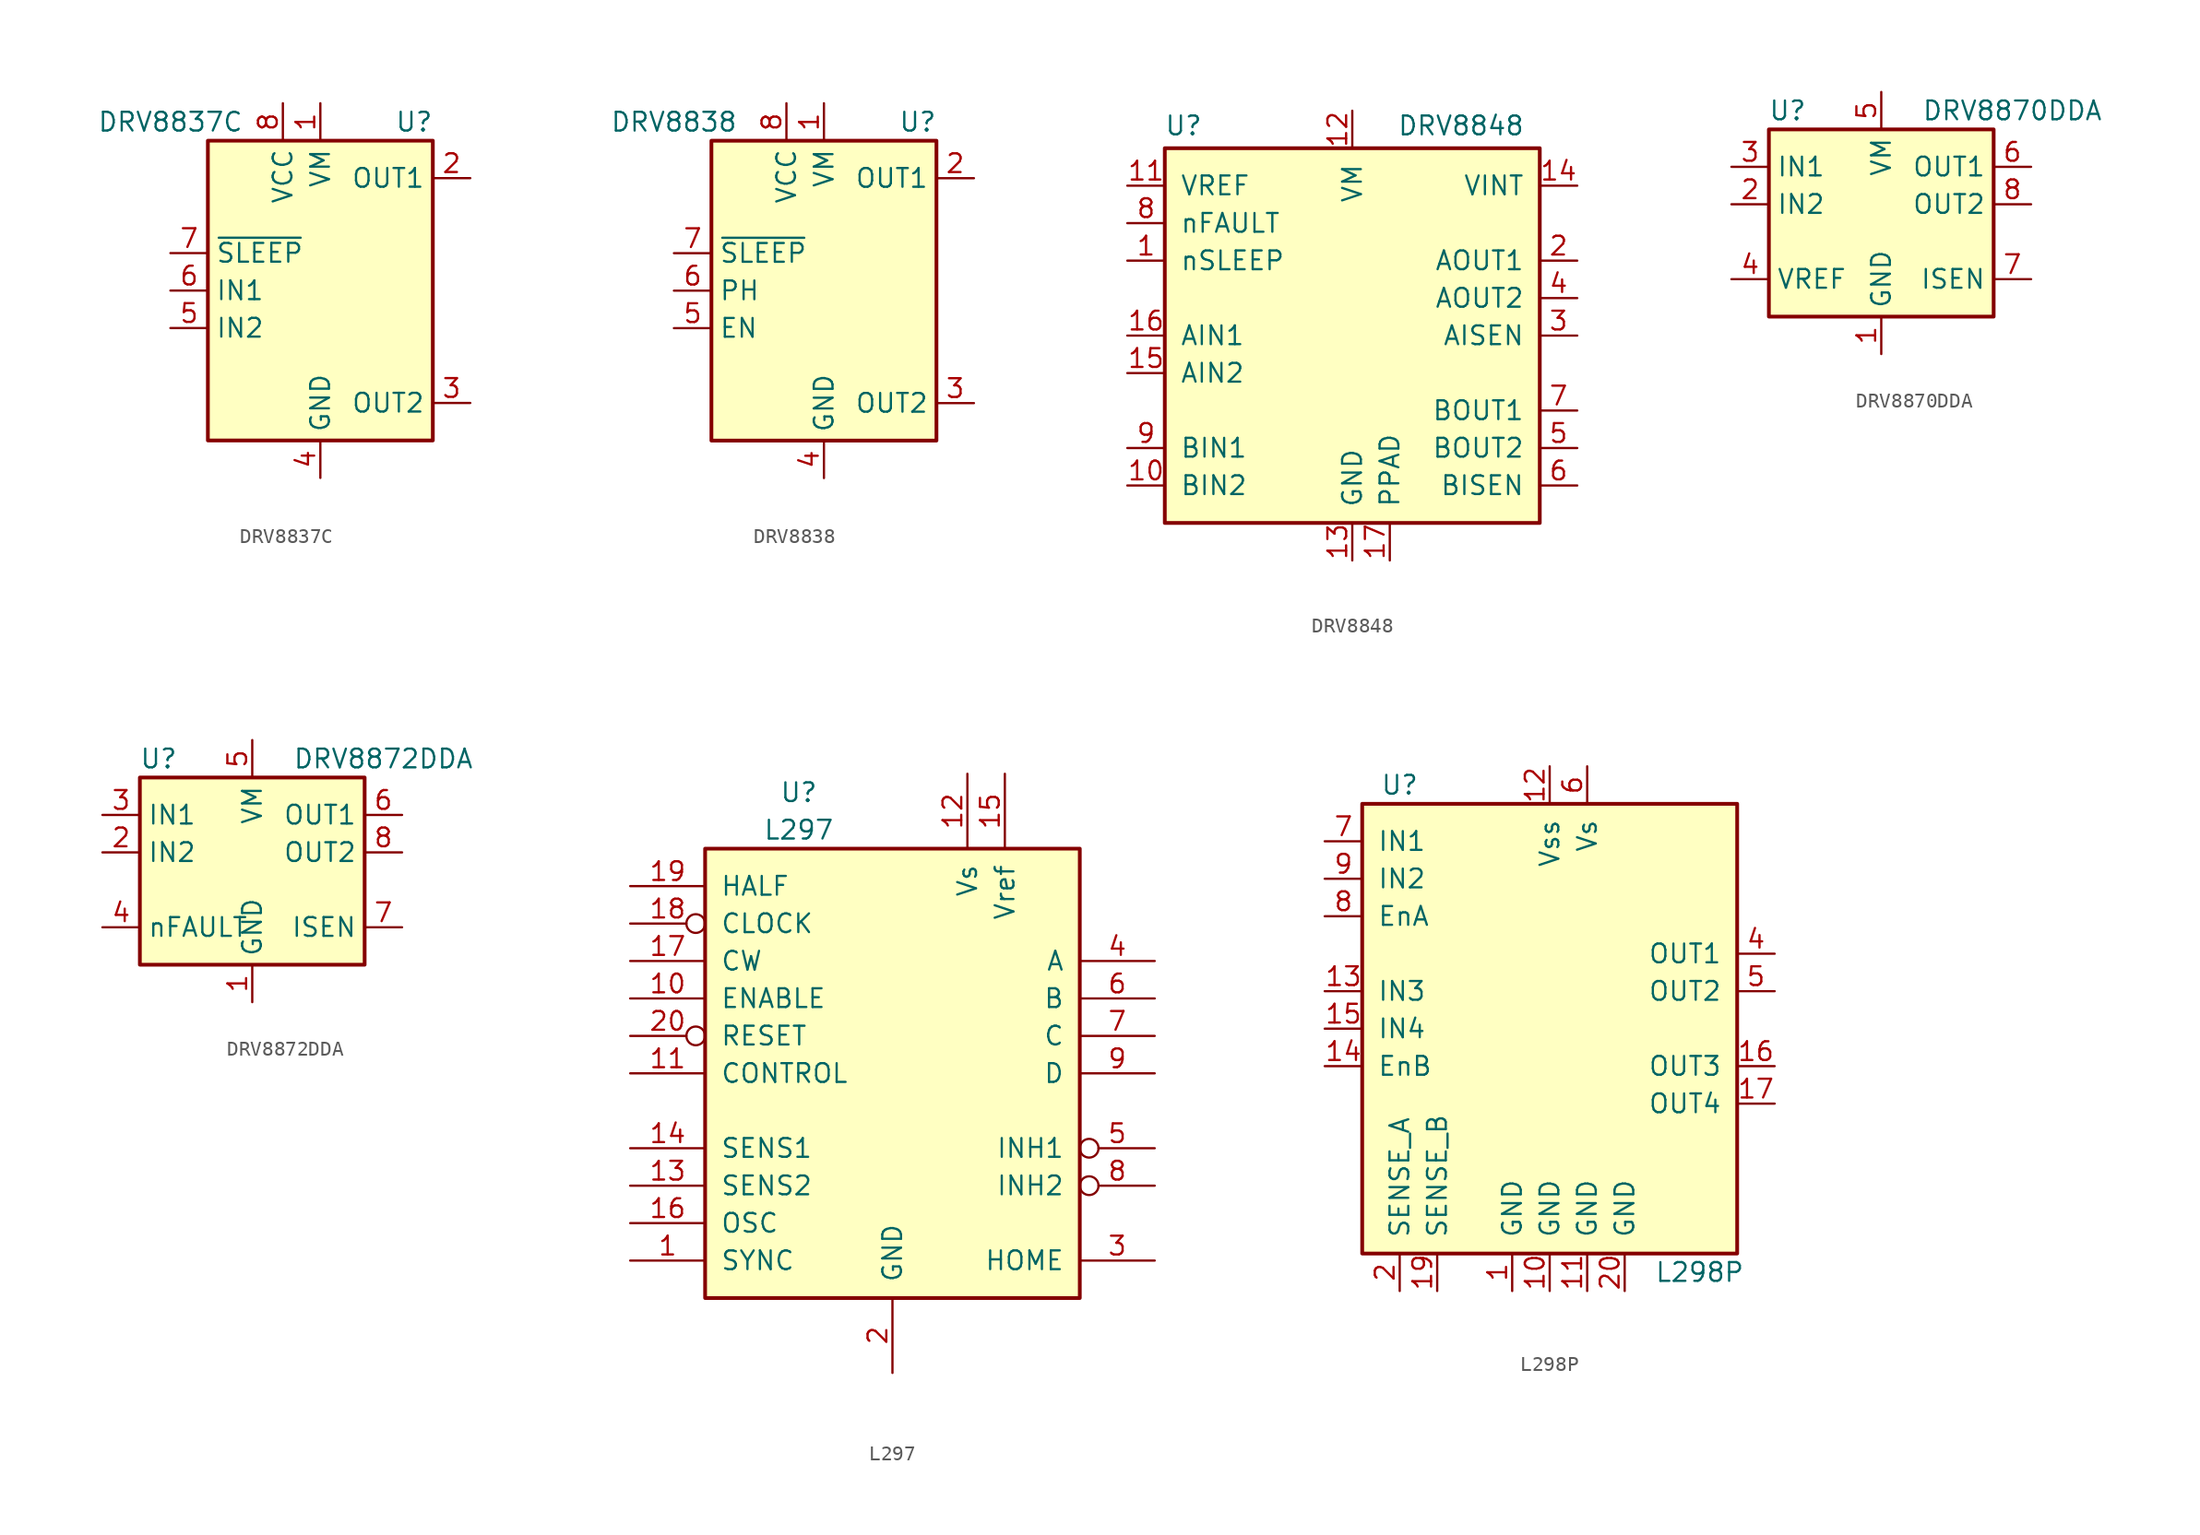
<source format=kicad_sym>
(kicad_symbol_lib
  (version 20201005)
  (generator kicad_symbol_editor)
  (symbol "DRV8837C"
    (property "Reference" "U"
      (at 6.35 11.43 0)
      (effects (font (size 1.27 1.27))))
    (property "Value" "DRV8837C"
      (at -10.16 11.43 0)
      (effects (font (size 1.27 1.27))))
    (symbol "DRV8837C_0_1"
      (rectangle (start -7.62 10.16) (end 7.62 -10.16) (stroke (width 0.254)) (fill (type background))))
    (symbol "DRV8837C_1_1"
      (pin power_in line (at 0 12.7 270) (length 2.54) (name "VM" (effects (font (size 1.27 1.27)))) (number "1" (effects (font (size 1.27 1.27)))))
      (pin output line (at 10.16 7.62 180) (length 2.54) (name "OUT1" (effects (font (size 1.27 1.27)))) (number "2" (effects (font (size 1.27 1.27)))))
      (pin output line (at 10.16 -7.62 180) (length 2.54) (name "OUT2" (effects (font (size 1.27 1.27)))) (number "3" (effects (font (size 1.27 1.27)))))
      (pin power_in line (at 0 -12.7 90) (length 2.54) (name "GND" (effects (font (size 1.27 1.27)))) (number "4" (effects (font (size 1.27 1.27)))))
      (pin input line (at -10.16 -2.54 0) (length 2.54) (name "IN2" (effects (font (size 1.27 1.27)))) (number "5" (effects (font (size 1.27 1.27)))))
      (pin input line (at -10.16 0 0) (length 2.54) (name "IN1" (effects (font (size 1.27 1.27)))) (number "6" (effects (font (size 1.27 1.27)))))
      (pin input line (at -10.16 2.54 0) (length 2.54) (name "~SLEEP" (effects (font (size 1.27 1.27)))) (number "7" (effects (font (size 1.27 1.27)))))
      (pin power_in line (at -2.54 12.7 270) (length 2.54) (name "VCC" (effects (font (size 1.27 1.27)))) (number "8" (effects (font (size 1.27 1.27)))))
      (pin passive line (at 0 -12.7 90) (length 2.54) hide (name "GND" (effects (font (size 1.27 1.27)))) (number "9" (effects (font (size 1.27 1.27)))))))
  (symbol "DRV8838"
    (property "Reference" "U"
      (at 6.35 11.43 0)
      (effects (font (size 1.27 1.27))))
    (property "Value" "DRV8838"
      (at -10.16 11.43 0)
      (effects (font (size 1.27 1.27))))
    (symbol "DRV8838_0_1"
      (rectangle (start -7.62 10.16) (end 7.62 -10.16) (stroke (width 0.254)) (fill (type background))))
    (symbol "DRV8838_1_1"
      (pin power_in line (at 0 12.7 270) (length 2.54) (name "VM" (effects (font (size 1.27 1.27)))) (number "1" (effects (font (size 1.27 1.27)))))
      (pin output line (at 10.16 7.62 180) (length 2.54) (name "OUT1" (effects (font (size 1.27 1.27)))) (number "2" (effects (font (size 1.27 1.27)))))
      (pin output line (at 10.16 -7.62 180) (length 2.54) (name "OUT2" (effects (font (size 1.27 1.27)))) (number "3" (effects (font (size 1.27 1.27)))))
      (pin power_in line (at 0 -12.7 90) (length 2.54) (name "GND" (effects (font (size 1.27 1.27)))) (number "4" (effects (font (size 1.27 1.27)))))
      (pin input line (at -10.16 -2.54 0) (length 2.54) (name "EN" (effects (font (size 1.27 1.27)))) (number "5" (effects (font (size 1.27 1.27)))))
      (pin input line (at -10.16 0 0) (length 2.54) (name "PH" (effects (font (size 1.27 1.27)))) (number "6" (effects (font (size 1.27 1.27)))))
      (pin input line (at -10.16 2.54 0) (length 2.54) (name "~SLEEP" (effects (font (size 1.27 1.27)))) (number "7" (effects (font (size 1.27 1.27)))))
      (pin power_in line (at -2.54 12.7 270) (length 2.54) (name "VCC" (effects (font (size 1.27 1.27)))) (number "8" (effects (font (size 1.27 1.27)))))
      (pin passive line (at 0 -12.7 90) (length 2.54) hide (name "GND" (effects (font (size 1.27 1.27)))) (number "9" (effects (font (size 1.27 1.27)))))))
  (symbol "DRV8848"
    (pin_names
      (offset 1.016))
    (property "Reference" "U"
      (at -11.43 14.224 0)
      (effects (font (size 1.27 1.27))))
    (property "Value" "DRV8848"
      (at 7.366 14.224 0)
      (effects (font (size 1.27 1.27))))
    (symbol "DRV8848_0_1"
      (rectangle (start -12.7 12.7) (end 12.7 -12.7) (stroke (width 0.254)) (fill (type background))))
    (symbol "DRV8848_1_1"
      (pin input line (at -15.24 5.08 0) (length 2.54) (name "nSLEEP" (effects (font (size 1.27 1.27)))) (number "1" (effects (font (size 1.27 1.27)))))
      (pin input line (at -15.24 -10.16 0) (length 2.54) (name "BIN2" (effects (font (size 1.27 1.27)))) (number "10" (effects (font (size 1.27 1.27)))))
      (pin input line (at -15.24 10.16 0) (length 2.54) (name "VREF" (effects (font (size 1.27 1.27)))) (number "11" (effects (font (size 1.27 1.27)))))
      (pin power_in line (at 0 15.24 270) (length 2.54) (name "VM" (effects (font (size 1.27 1.27)))) (number "12" (effects (font (size 1.27 1.27)))))
      (pin power_in line (at 0 -15.24 90) (length 2.54) (name "GND" (effects (font (size 1.27 1.27)))) (number "13" (effects (font (size 1.27 1.27)))))
      (pin passive line (at 15.24 10.16 180) (length 2.54) (name "VINT" (effects (font (size 1.27 1.27)))) (number "14" (effects (font (size 1.27 1.27)))))
      (pin input line (at -15.24 -2.54 0) (length 2.54) (name "AIN2" (effects (font (size 1.27 1.27)))) (number "15" (effects (font (size 1.27 1.27)))))
      (pin input line (at -15.24 0 0) (length 2.54) (name "AIN1" (effects (font (size 1.27 1.27)))) (number "16" (effects (font (size 1.27 1.27)))))
      (pin power_in line (at 2.54 -15.24 90) (length 2.54) (name "PPAD" (effects (font (size 1.27 1.27)))) (number "17" (effects (font (size 1.27 1.27)))))
      (pin output line (at 15.24 5.08 180) (length 2.54) (name "AOUT1" (effects (font (size 1.27 1.27)))) (number "2" (effects (font (size 1.27 1.27)))))
      (pin passive line (at 15.24 0 180) (length 2.54) (name "AISEN" (effects (font (size 1.27 1.27)))) (number "3" (effects (font (size 1.27 1.27)))))
      (pin output line (at 15.24 2.54 180) (length 2.54) (name "AOUT2" (effects (font (size 1.27 1.27)))) (number "4" (effects (font (size 1.27 1.27)))))
      (pin output line (at 15.24 -7.62 180) (length 2.54) (name "BOUT2" (effects (font (size 1.27 1.27)))) (number "5" (effects (font (size 1.27 1.27)))))
      (pin passive line (at 15.24 -10.16 180) (length 2.54) (name "BISEN" (effects (font (size 1.27 1.27)))) (number "6" (effects (font (size 1.27 1.27)))))
      (pin output line (at 15.24 -5.08 180) (length 2.54) (name "BOUT1" (effects (font (size 1.27 1.27)))) (number "7" (effects (font (size 1.27 1.27)))))
      (pin open_collector line (at -15.24 7.62 0) (length 2.54) (name "nFAULT" (effects (font (size 1.27 1.27)))) (number "8" (effects (font (size 1.27 1.27)))))
      (pin input line (at -15.24 -7.62 0) (length 2.54) (name "BIN1" (effects (font (size 1.27 1.27)))) (number "9" (effects (font (size 1.27 1.27)))))))
  (symbol "DRV8870DDA"
    (property "Reference" "U"
      (at -6.35 6.35 0)
      (effects (font (size 1.27 1.27))))
    (property "Value" "DRV8870DDA"
      (at 8.89 6.35 0)
      (effects (font (size 1.27 1.27))))
    (symbol "DRV8870DDA_0_1"
      (rectangle (start -7.62 5.08) (end 7.62 -7.62) (stroke (width 0.254)) (fill (type background))))
    (symbol "DRV8870DDA_1_1"
      (pin power_in line (at 0 -10.16 90) (length 2.54) (name "GND" (effects (font (size 1.27 1.27)))) (number "1" (effects (font (size 1.27 1.27)))))
      (pin input line (at -10.16 0 0) (length 2.54) (name "IN2" (effects (font (size 1.27 1.27)))) (number "2" (effects (font (size 1.27 1.27)))))
      (pin input line (at -10.16 2.54 0) (length 2.54) (name "IN1" (effects (font (size 1.27 1.27)))) (number "3" (effects (font (size 1.27 1.27)))))
      (pin input line (at -10.16 -5.08 0) (length 2.54) (name "VREF" (effects (font (size 1.27 1.27)))) (number "4" (effects (font (size 1.27 1.27)))))
      (pin power_in line (at 0 7.62 270) (length 2.54) (name "VM" (effects (font (size 1.27 1.27)))) (number "5" (effects (font (size 1.27 1.27)))))
      (pin output line (at 10.16 2.54 180) (length 2.54) (name "OUT1" (effects (font (size 1.27 1.27)))) (number "6" (effects (font (size 1.27 1.27)))))
      (pin passive line (at 10.16 -5.08 180) (length 2.54) (name "ISEN" (effects (font (size 1.27 1.27)))) (number "7" (effects (font (size 1.27 1.27)))))
      (pin output line (at 10.16 0 180) (length 2.54) (name "OUT2" (effects (font (size 1.27 1.27)))) (number "8" (effects (font (size 1.27 1.27)))))
      (pin passive line (at 0 -10.16 90) (length 2.54) hide (name "GND" (effects (font (size 1.27 1.27)))) (number "9" (effects (font (size 1.27 1.27)))))))
  (symbol "DRV8872DDA"
    (property "Reference" "U"
      (at -6.35 6.35 0)
      (effects (font (size 1.27 1.27))))
    (property "Value" "DRV8872DDA"
      (at 8.89 6.35 0)
      (effects (font (size 1.27 1.27))))
    (symbol "DRV8872DDA_0_1"
      (rectangle (start -7.62 5.08) (end 7.62 -7.62) (stroke (width 0.254)) (fill (type background))))
    (symbol "DRV8872DDA_1_1"
      (pin power_in line (at 0 -10.16 90) (length 2.54) (name "GND" (effects (font (size 1.27 1.27)))) (number "1" (effects (font (size 1.27 1.27)))))
      (pin input line (at -10.16 0 0) (length 2.54) (name "IN2" (effects (font (size 1.27 1.27)))) (number "2" (effects (font (size 1.27 1.27)))))
      (pin input line (at -10.16 2.54 0) (length 2.54) (name "IN1" (effects (font (size 1.27 1.27)))) (number "3" (effects (font (size 1.27 1.27)))))
      (pin open_collector line (at -10.16 -5.08 0) (length 2.54) (name "nFAULT" (effects (font (size 1.27 1.27)))) (number "4" (effects (font (size 1.27 1.27)))))
      (pin power_in line (at 0 7.62 270) (length 2.54) (name "VM" (effects (font (size 1.27 1.27)))) (number "5" (effects (font (size 1.27 1.27)))))
      (pin output line (at 10.16 2.54 180) (length 2.54) (name "OUT1" (effects (font (size 1.27 1.27)))) (number "6" (effects (font (size 1.27 1.27)))))
      (pin passive line (at 10.16 -5.08 180) (length 2.54) (name "ISEN" (effects (font (size 1.27 1.27)))) (number "7" (effects (font (size 1.27 1.27)))))
      (pin output line (at 10.16 0 180) (length 2.54) (name "OUT2" (effects (font (size 1.27 1.27)))) (number "8" (effects (font (size 1.27 1.27)))))
      (pin passive line (at 0 -10.16 90) (length 2.54) hide (name "GND" (effects (font (size 1.27 1.27)))) (number "9" (effects (font (size 1.27 1.27)))))))
  (symbol "L297"
    (pin_names
      (offset 1.016))
    (property "Reference" "U"
      (at -6.35 19.05 0)
      (effects (font (size 1.27 1.27))))
    (property "Value" "L297"
      (at -6.35 16.51 0)
      (effects (font (size 1.27 1.27))))
    (symbol "L297_0_1"
      (rectangle (start -12.7 15.24) (end 12.7 -15.24) (stroke (width 0.254)) (fill (type background))))
    (symbol "L297_1_0"
      (pin input line (at -17.78 0 0) (length 5.08) (name "CONTROL" (effects (font (size 1.27 1.27)))) (number "11" (effects (font (size 1.27 1.27)))))
      (pin power_in line (at 5.08 20.32 270) (length 5.08) (name "Vs" (effects (font (size 1.27 1.27)))) (number "12" (effects (font (size 1.27 1.27)))))
      (pin input line (at -17.78 -7.62 0) (length 5.08) (name "SENS2" (effects (font (size 1.27 1.27)))) (number "13" (effects (font (size 1.27 1.27)))))
      (pin input line (at -17.78 -5.08 0) (length 5.08) (name "SENS1" (effects (font (size 1.27 1.27)))) (number "14" (effects (font (size 1.27 1.27)))))
      (pin input line (at 7.62 20.32 270) (length 5.08) (name "Vref" (effects (font (size 1.27 1.27)))) (number "15" (effects (font (size 1.27 1.27)))))
      (pin input line (at -17.78 -10.16 0) (length 5.08) (name "OSC" (effects (font (size 1.27 1.27)))) (number "16" (effects (font (size 1.27 1.27)))))
      (pin input line (at -17.78 7.62 0) (length 5.08) (name "CW" (effects (font (size 1.27 1.27)))) (number "17" (effects (font (size 1.27 1.27)))))
      (pin input inverted (at -17.78 10.16 0) (length 5.08) (name "CLOCK" (effects (font (size 1.27 1.27)))) (number "18" (effects (font (size 1.27 1.27)))))
      (pin input line (at -17.78 12.7 0) (length 5.08) (name "HALF" (effects (font (size 1.27 1.27)))) (number "19" (effects (font (size 1.27 1.27)))))
      (pin input inverted (at -17.78 2.54 0) (length 5.08) (name "RESET" (effects (font (size 1.27 1.27)))) (number "20" (effects (font (size 1.27 1.27))))))
    (symbol "L297_1_1"
      (pin bidirectional line (at -17.78 -12.7 0) (length 5.08) (name "SYNC" (effects (font (size 1.27 1.27)))) (number "1" (effects (font (size 1.27 1.27)))))
      (pin input line (at -17.78 5.08 0) (length 5.08) (name "ENABLE" (effects (font (size 1.27 1.27)))) (number "10" (effects (font (size 1.27 1.27)))))
      (pin power_in line (at 0 -20.32 90) (length 5.08) (name "GND" (effects (font (size 1.27 1.27)))) (number "2" (effects (font (size 1.27 1.27)))))
      (pin open_collector line (at 17.78 -12.7 180) (length 5.08) (name "HOME" (effects (font (size 1.27 1.27)))) (number "3" (effects (font (size 1.27 1.27)))))
      (pin output line (at 17.78 7.62 180) (length 5.08) (name "A" (effects (font (size 1.27 1.27)))) (number "4" (effects (font (size 1.27 1.27)))))
      (pin output inverted (at 17.78 -5.08 180) (length 5.08) (name "INH1" (effects (font (size 1.27 1.27)))) (number "5" (effects (font (size 1.27 1.27)))))
      (pin output line (at 17.78 5.08 180) (length 5.08) (name "B" (effects (font (size 1.27 1.27)))) (number "6" (effects (font (size 1.27 1.27)))))
      (pin output line (at 17.78 2.54 180) (length 5.08) (name "C" (effects (font (size 1.27 1.27)))) (number "7" (effects (font (size 1.27 1.27)))))
      (pin output inverted (at 17.78 -7.62 180) (length 5.08) (name "INH2" (effects (font (size 1.27 1.27)))) (number "8" (effects (font (size 1.27 1.27)))))
      (pin output line (at 17.78 0 180) (length 5.08) (name "D" (effects (font (size 1.27 1.27)))) (number "9" (effects (font (size 1.27 1.27)))))))
  (symbol "L298P"
    (pin_names
      (offset 1.016))
    (property "Reference" "U"
      (at -10.16 16.51 0)
      (effects (font (size 1.27 1.27))))
    (property "Value" "L298P"
      (at 10.16 -16.51 0)
      (effects (font (size 1.27 1.27))))
    (symbol "L298P_0_1"
      (rectangle (start -12.7 15.24) (end 12.7 -15.24) (stroke (width 0.254)) (fill (type background))))
    (symbol "L298P_1_1"
      (pin power_in line (at -2.54 -17.78 90) (length 2.54) (name "GND" (effects (font (size 1.27 1.27)))) (number "1" (effects (font (size 1.27 1.27)))))
      (pin power_in line (at 0 -17.78 90) (length 2.54) (name "GND" (effects (font (size 1.27 1.27)))) (number "10" (effects (font (size 1.27 1.27)))))
      (pin power_in line (at 2.54 -17.78 90) (length 2.54) (name "GND" (effects (font (size 1.27 1.27)))) (number "11" (effects (font (size 1.27 1.27)))))
      (pin power_in line (at 0 17.78 270) (length 2.54) (name "Vss" (effects (font (size 1.27 1.27)))) (number "12" (effects (font (size 1.27 1.27)))))
      (pin input line (at -15.24 2.54 0) (length 2.54) (name "IN3" (effects (font (size 1.27 1.27)))) (number "13" (effects (font (size 1.27 1.27)))))
      (pin input line (at -15.24 -2.54 0) (length 2.54) (name "EnB" (effects (font (size 1.27 1.27)))) (number "14" (effects (font (size 1.27 1.27)))))
      (pin input line (at -15.24 0 0) (length 2.54) (name "IN4" (effects (font (size 1.27 1.27)))) (number "15" (effects (font (size 1.27 1.27)))))
      (pin output line (at 15.24 -2.54 180) (length 2.54) (name "OUT3" (effects (font (size 1.27 1.27)))) (number "16" (effects (font (size 1.27 1.27)))))
      (pin output line (at 15.24 -5.08 180) (length 2.54) (name "OUT4" (effects (font (size 1.27 1.27)))) (number "17" (effects (font (size 1.27 1.27)))))
      (pin no_connect line (at 15.24 10.16 180) (length 2.54) hide (name "NC" (effects (font (size 1.27 1.27)))) (number "18" (effects (font (size 1.27 1.27)))))
      (pin power_in line (at -7.62 -17.78 90) (length 2.54) (name "SENSE_B" (effects (font (size 1.27 1.27)))) (number "19" (effects (font (size 1.27 1.27)))))
      (pin power_in line (at -10.16 -17.78 90) (length 2.54) (name "SENSE_A" (effects (font (size 1.27 1.27)))) (number "2" (effects (font (size 1.27 1.27)))))
      (pin power_in line (at 5.08 -17.78 90) (length 2.54) (name "GND" (effects (font (size 1.27 1.27)))) (number "20" (effects (font (size 1.27 1.27)))))
      (pin no_connect line (at 15.24 12.7 180) (length 2.54) hide (name "NC" (effects (font (size 1.27 1.27)))) (number "3" (effects (font (size 1.27 1.27)))))
      (pin output line (at 15.24 5.08 180) (length 2.54) (name "OUT1" (effects (font (size 1.27 1.27)))) (number "4" (effects (font (size 1.27 1.27)))))
      (pin output line (at 15.24 2.54 180) (length 2.54) (name "OUT2" (effects (font (size 1.27 1.27)))) (number "5" (effects (font (size 1.27 1.27)))))
      (pin power_in line (at 2.54 17.78 270) (length 2.54) (name "Vs" (effects (font (size 1.27 1.27)))) (number "6" (effects (font (size 1.27 1.27)))))
      (pin input line (at -15.24 12.7 0) (length 2.54) (name "IN1" (effects (font (size 1.27 1.27)))) (number "7" (effects (font (size 1.27 1.27)))))
      (pin input line (at -15.24 7.62 0) (length 2.54) (name "EnA" (effects (font (size 1.27 1.27)))) (number "8" (effects (font (size 1.27 1.27)))))
      (pin input line (at -15.24 10.16 0) (length 2.54) (name "IN2" (effects (font (size 1.27 1.27)))) (number "9" (effects (font (size 1.27 1.27))))))))
</source>
